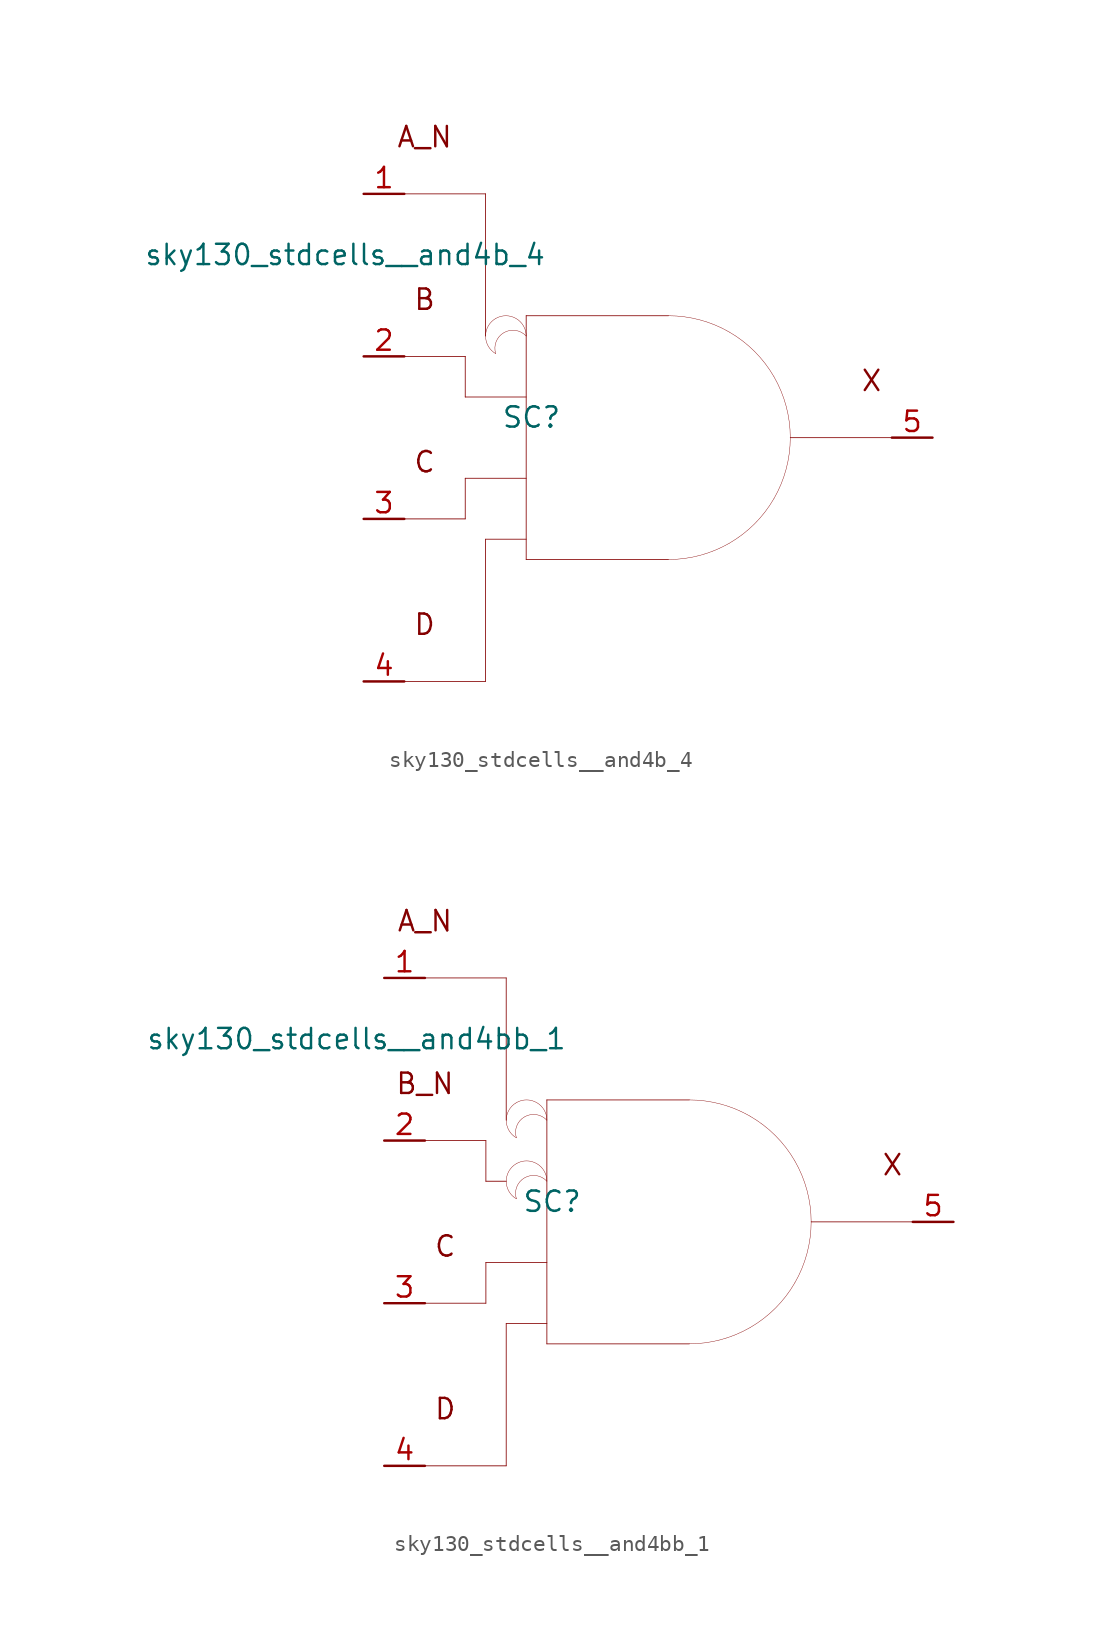
<source format=kicad_sym>
(kicad_symbol_lib
  (version 20211014)
  (generator kicad_symbol_editor)
  (symbol "sky130_stdcells__and4b_4"
    (pin_names hide)
    (property "Reference" "SC"
      (at -7.29 1.27 0)
      (effects (font (size 1.27 1.27))))
    (property "Value" "sky130_stdcells__and4b_4"
      (at -6.35 11.43 0)
      (effects (font (size 1.27 1.27)) (justify right)))
    (symbol "sky130_stdcells__and4b_4_0_0"
      (arc (start -9.525 7.4499) (mid -10.16 6.35) (end -9.525 5.2501) (stroke (width 0.0254) (type default) (color 0 0 0 0)) (fill (type none)))
      (arc (start -7.62 6.35) (mid -9.4769 6.8243) (end -9.525 5.2501) (stroke (width 0.0254) (type default) (color 0 0 0 0)) (fill (type none)))
      (arc (start -7.62 6.35) (mid -8.255 7.4498) (end -9.525 7.4499) (stroke (width 0.0254) (type default) (color 0 0 0 0)) (fill (type none)))
      (polyline (pts (xy -15.24 -15.24) (xy -10.16 -15.24)) (stroke (width 0.051) (type default) (color 0 0 0 0)) (fill (type none)))
      (polyline (pts (xy -15.24 -5.08) (xy -11.43 -5.08)) (stroke (width 0.051) (type default) (color 0 0 0 0)) (fill (type none)))
      (polyline (pts (xy -15.24 5.08) (xy -11.43 5.08)) (stroke (width 0.051) (type default) (color 0 0 0 0)) (fill (type none)))
      (polyline (pts (xy -15.24 15.24) (xy -10.16 15.24)) (stroke (width 0.051) (type default) (color 0 0 0 0)) (fill (type none)))
      (polyline (pts (xy -11.43 -2.54) (xy -11.43 -5.08)) (stroke (width 0.051) (type default) (color 0 0 0 0)) (fill (type none)))
      (polyline (pts (xy -11.43 -2.54) (xy -7.62 -2.54)) (stroke (width 0.051) (type default) (color 0 0 0 0)) (fill (type none)))
      (polyline (pts (xy -11.43 2.54) (xy -7.62 2.54)) (stroke (width 0.051) (type default) (color 0 0 0 0)) (fill (type none)))
      (polyline (pts (xy -11.43 5.08) (xy -11.43 2.54)) (stroke (width 0.051) (type default) (color 0 0 0 0)) (fill (type none)))
      (polyline (pts (xy -10.16 -6.35) (xy -10.16 -15.24)) (stroke (width 0.051) (type default) (color 0 0 0 0)) (fill (type none)))
      (polyline (pts (xy -10.16 -6.35) (xy -7.62 -6.35)) (stroke (width 0.051) (type default) (color 0 0 0 0)) (fill (type none)))
      (polyline (pts (xy -10.16 15.24) (xy -10.16 6.35)) (stroke (width 0.051) (type default) (color 0 0 0 0)) (fill (type none)))
      (polyline (pts (xy -7.62 -7.62) (xy 1.27 -7.62)) (stroke (width 0.051) (type default) (color 0 0 0 0)) (fill (type none)))
      (polyline (pts (xy -7.62 7.62) (xy -7.62 -7.62)) (stroke (width 0.051) (type default) (color 0 0 0 0)) (fill (type none)))
      (polyline (pts (xy -7.62 7.62) (xy 1.27 7.62)) (stroke (width 0.051) (type default) (color 0 0 0 0)) (fill (type none)))
      (polyline (pts (xy 8.89 0) (xy 15.24 0)) (stroke (width 0.051) (type default) (color 0 0 0 0)) (fill (type none)))
      (arc (start 1.27 -7.62) (mid 3.2422 -7.3604) (end 5.08 -6.5991) (stroke (width 0.0254) (type default) (color 0 0 0 0)) (fill (type none)))
      (arc (start 5.08 -6.5991) (mid 6.6581 -5.3881) (end 7.8691 -3.81) (stroke (width 0.0254) (type default) (color 0 0 0 0)) (fill (type none)))
      (arc (start 5.08 6.5991) (mid 3.2422 7.3603) (end 1.27 7.62) (stroke (width 0.0254) (type default) (color 0 0 0 0)) (fill (type none)))
      (arc (start 7.8691 -3.81) (mid 8.6303 -1.9722) (end 8.89 0) (stroke (width 0.0254) (type default) (color 0 0 0 0)) (fill (type none)))
      (arc (start 7.8691 3.81) (mid 6.6581 5.3881) (end 5.08 6.5991) (stroke (width 0.0254) (type default) (color 0 0 0 0)) (fill (type none)))
      (arc (start 8.89 0) (mid 8.6304 1.9722) (end 7.8691 3.81) (stroke (width 0.0254) (type default) (color 0 0 0 0)) (fill (type none)))
      (text "A_N" (at -13.97 18.796 0) (effects (font (size 1.27 1.27))))
      (text "B" (at -13.97 8.636 0) (effects (font (size 1.27 1.27))))
      (text "C" (at -13.97 -1.524 0) (effects (font (size 1.27 1.27))))
      (text "D" (at -13.97 -11.684 0) (effects (font (size 1.27 1.27))))
      (text "X" (at 13.97 3.556 0) (effects (font (size 1.27 1.27)))))
    (symbol "sky130_stdcells__and4b_4_1_1"
      (pin input line (at -17.78 15.24 0) (length 2.54) (name "A_N" (effects (font (size 1.092 1.092)))) (number "1" (effects (font (size 1.27 1.27)))))
      (pin input line (at -17.78 5.08 0) (length 2.54) (name "B" (effects (font (size 1.092 1.092)))) (number "2" (effects (font (size 1.27 1.27)))))
      (pin input line (at -17.78 -5.08 0) (length 2.54) (name "C" (effects (font (size 1.092 1.092)))) (number "3" (effects (font (size 1.27 1.27)))))
      (pin input line (at -17.78 -15.24 0) (length 2.54) (name "D" (effects (font (size 1.092 1.092)))) (number "4" (effects (font (size 1.27 1.27)))))
      (pin output line (at 17.78 0 180) (length 2.54) (name "X" (effects (font (size 1.092 1.092)))) (number "5" (effects (font (size 1.27 1.27)))))))
  (symbol "sky130_stdcells__and4bb_1"
    (pin_names hide)
    (property "Reference" "SC"
      (at -7.29 1.27 0)
      (effects (font (size 1.27 1.27))))
    (property "Value" "sky130_stdcells__and4bb_1"
      (at -6.35 11.43 0)
      (effects (font (size 1.27 1.27)) (justify right)))
    (symbol "sky130_stdcells__and4bb_1_0_0"
      (arc (start -9.525 3.6399) (mid -10.16 2.54) (end -9.525 1.4401) (stroke (width 0.0254) (type default) (color 0 0 0 0)) (fill (type none)))
      (arc (start -9.525 7.4499) (mid -10.16 6.35) (end -9.525 5.2501) (stroke (width 0.0254) (type default) (color 0 0 0 0)) (fill (type none)))
      (arc (start -7.62 2.54) (mid -9.4769 3.0143) (end -9.525 1.4401) (stroke (width 0.0254) (type default) (color 0 0 0 0)) (fill (type none)))
      (arc (start -7.62 2.54) (mid -8.255 3.6398) (end -9.525 3.6399) (stroke (width 0.0254) (type default) (color 0 0 0 0)) (fill (type none)))
      (arc (start -7.62 6.35) (mid -9.4769 6.8243) (end -9.525 5.2501) (stroke (width 0.0254) (type default) (color 0 0 0 0)) (fill (type none)))
      (arc (start -7.62 6.35) (mid -8.255 7.4498) (end -9.525 7.4499) (stroke (width 0.0254) (type default) (color 0 0 0 0)) (fill (type none)))
      (polyline (pts (xy -15.24 -15.24) (xy -10.16 -15.24)) (stroke (width 0.051) (type default) (color 0 0 0 0)) (fill (type none)))
      (polyline (pts (xy -15.24 -5.08) (xy -11.43 -5.08)) (stroke (width 0.051) (type default) (color 0 0 0 0)) (fill (type none)))
      (polyline (pts (xy -15.24 5.08) (xy -11.43 5.08)) (stroke (width 0.051) (type default) (color 0 0 0 0)) (fill (type none)))
      (polyline (pts (xy -15.24 15.24) (xy -10.16 15.24)) (stroke (width 0.051) (type default) (color 0 0 0 0)) (fill (type none)))
      (polyline (pts (xy -11.43 -2.54) (xy -11.43 -5.08)) (stroke (width 0.051) (type default) (color 0 0 0 0)) (fill (type none)))
      (polyline (pts (xy -11.43 -2.54) (xy -7.62 -2.54)) (stroke (width 0.051) (type default) (color 0 0 0 0)) (fill (type none)))
      (polyline (pts (xy -11.43 2.54) (xy -10.16 2.54)) (stroke (width 0.051) (type default) (color 0 0 0 0)) (fill (type none)))
      (polyline (pts (xy -11.43 5.08) (xy -11.43 2.54)) (stroke (width 0.051) (type default) (color 0 0 0 0)) (fill (type none)))
      (polyline (pts (xy -10.16 -6.35) (xy -10.16 -15.24)) (stroke (width 0.051) (type default) (color 0 0 0 0)) (fill (type none)))
      (polyline (pts (xy -10.16 -6.35) (xy -7.62 -6.35)) (stroke (width 0.051) (type default) (color 0 0 0 0)) (fill (type none)))
      (polyline (pts (xy -10.16 15.24) (xy -10.16 6.35)) (stroke (width 0.051) (type default) (color 0 0 0 0)) (fill (type none)))
      (polyline (pts (xy -7.62 -7.62) (xy 1.27 -7.62)) (stroke (width 0.051) (type default) (color 0 0 0 0)) (fill (type none)))
      (polyline (pts (xy -7.62 7.62) (xy -7.62 -7.62)) (stroke (width 0.051) (type default) (color 0 0 0 0)) (fill (type none)))
      (polyline (pts (xy -7.62 7.62) (xy 1.27 7.62)) (stroke (width 0.051) (type default) (color 0 0 0 0)) (fill (type none)))
      (polyline (pts (xy 8.89 0) (xy 15.24 0)) (stroke (width 0.051) (type default) (color 0 0 0 0)) (fill (type none)))
      (arc (start 1.27 -7.62) (mid 3.2422 -7.3604) (end 5.08 -6.5991) (stroke (width 0.0254) (type default) (color 0 0 0 0)) (fill (type none)))
      (arc (start 5.08 -6.5991) (mid 6.6581 -5.3881) (end 7.8691 -3.81) (stroke (width 0.0254) (type default) (color 0 0 0 0)) (fill (type none)))
      (arc (start 5.08 6.5991) (mid 3.2422 7.3603) (end 1.27 7.62) (stroke (width 0.0254) (type default) (color 0 0 0 0)) (fill (type none)))
      (arc (start 7.8691 -3.81) (mid 8.6303 -1.9722) (end 8.89 0) (stroke (width 0.0254) (type default) (color 0 0 0 0)) (fill (type none)))
      (arc (start 7.8691 3.81) (mid 6.6581 5.3881) (end 5.08 6.5991) (stroke (width 0.0254) (type default) (color 0 0 0 0)) (fill (type none)))
      (arc (start 8.89 0) (mid 8.6304 1.9722) (end 7.8691 3.81) (stroke (width 0.0254) (type default) (color 0 0 0 0)) (fill (type none)))
      (text "A_N" (at -15.24 18.796 0) (effects (font (size 1.27 1.27))))
      (text "B_N" (at -15.24 8.636 0) (effects (font (size 1.27 1.27))))
      (text "C" (at -13.97 -1.524 0) (effects (font (size 1.27 1.27))))
      (text "D" (at -13.97 -11.684 0) (effects (font (size 1.27 1.27))))
      (text "X" (at 13.97 3.556 0) (effects (font (size 1.27 1.27)))))
    (symbol "sky130_stdcells__and4bb_1_1_1"
      (pin input line (at -17.78 15.24 0) (length 2.54) (name "A_N" (effects (font (size 1.092 1.092)))) (number "1" (effects (font (size 1.27 1.27)))))
      (pin input line (at -17.78 5.08 0) (length 2.54) (name "B_N" (effects (font (size 1.092 1.092)))) (number "2" (effects (font (size 1.27 1.27)))))
      (pin input line (at -17.78 -5.08 0) (length 2.54) (name "C" (effects (font (size 1.092 1.092)))) (number "3" (effects (font (size 1.27 1.27)))))
      (pin input line (at -17.78 -15.24 0) (length 2.54) (name "D" (effects (font (size 1.092 1.092)))) (number "4" (effects (font (size 1.27 1.27)))))
      (pin output line (at 17.78 0 180) (length 2.54) (name "X" (effects (font (size 1.092 1.092)))) (number "5" (effects (font (size 1.27 1.27))))))))
</source>
